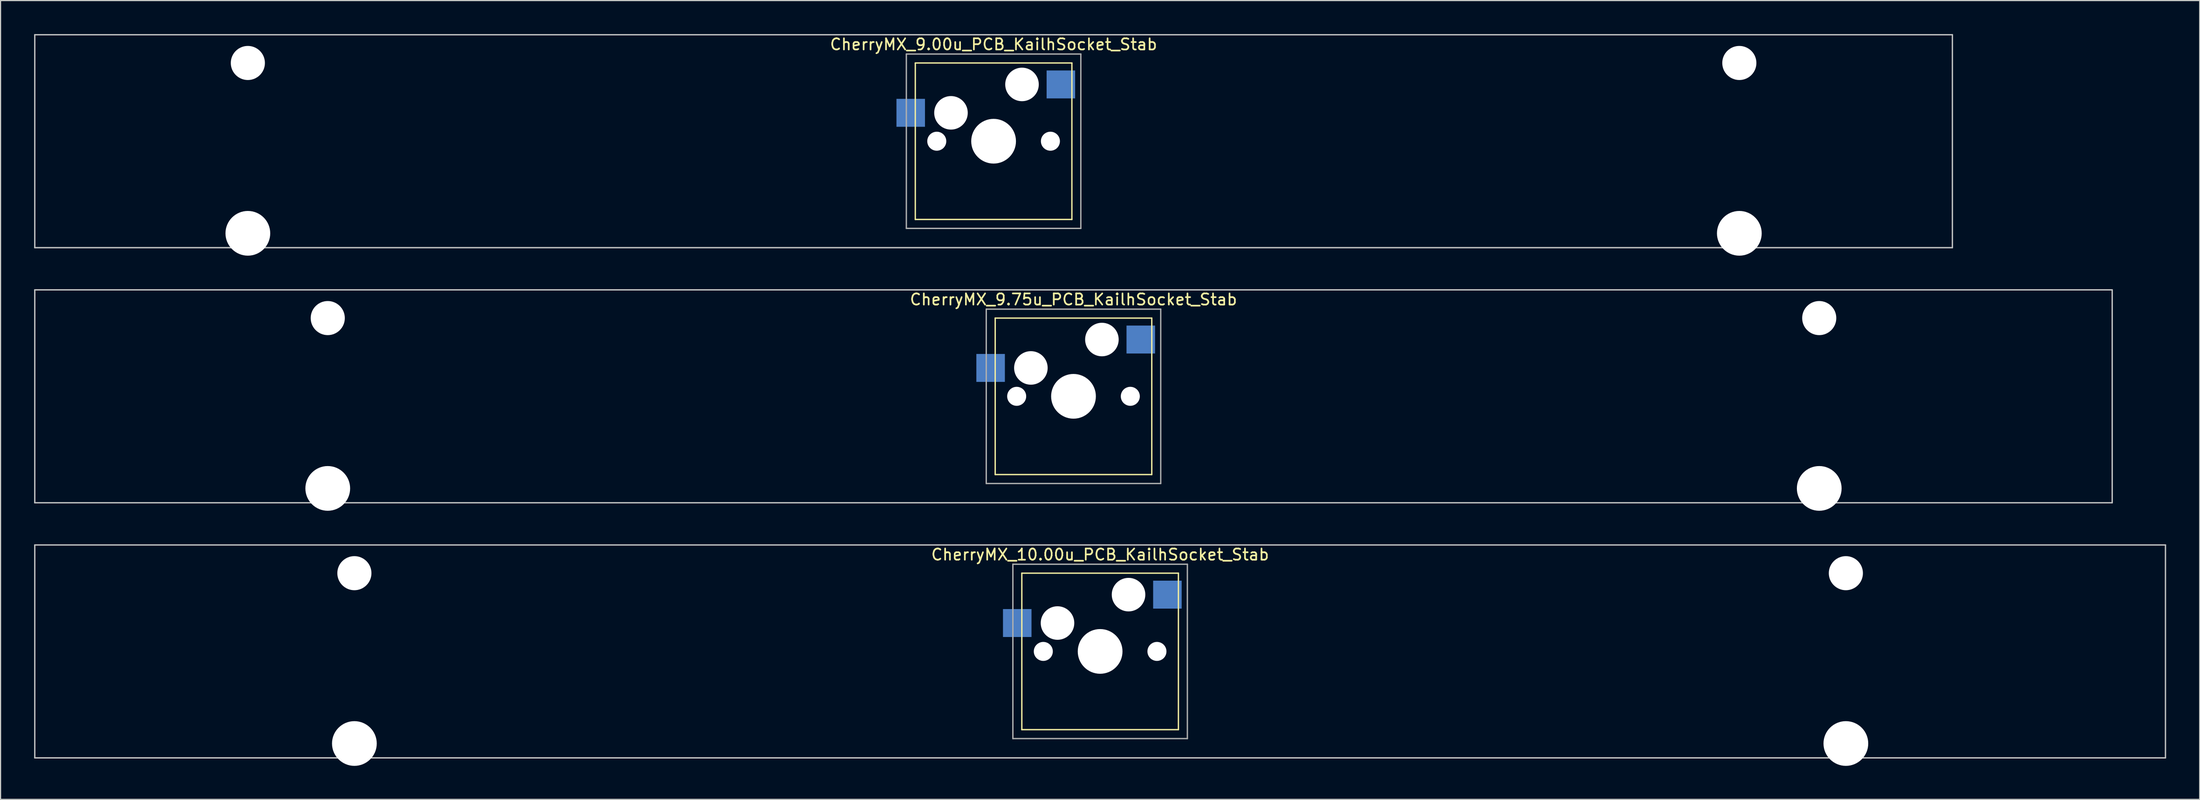
<source format=kicad_pcb>
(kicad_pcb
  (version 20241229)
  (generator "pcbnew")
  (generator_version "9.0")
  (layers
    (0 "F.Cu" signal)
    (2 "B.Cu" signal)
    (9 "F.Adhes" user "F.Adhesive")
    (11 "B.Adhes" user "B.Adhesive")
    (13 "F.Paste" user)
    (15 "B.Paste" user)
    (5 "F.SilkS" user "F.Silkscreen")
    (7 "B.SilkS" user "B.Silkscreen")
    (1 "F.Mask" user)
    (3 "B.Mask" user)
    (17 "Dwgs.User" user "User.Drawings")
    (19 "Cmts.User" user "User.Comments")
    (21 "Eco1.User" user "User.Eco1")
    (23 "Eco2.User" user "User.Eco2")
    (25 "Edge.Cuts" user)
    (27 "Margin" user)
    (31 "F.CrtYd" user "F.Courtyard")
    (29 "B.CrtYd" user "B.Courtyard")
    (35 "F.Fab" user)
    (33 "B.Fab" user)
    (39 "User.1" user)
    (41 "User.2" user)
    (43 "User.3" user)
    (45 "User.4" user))
  (footprint "CherryMX_10.00u_PCB_KailhSocket_Stab"
    (layer "F.Cu")
    (at 95.31 55.235)
    (property "Reference" "CherryMX_10.00u_PCB_KailhSocket_Stab" (at 0 -8.662 0) (layer "F.SilkS") (effects (font (size 1 1) (thickness 0.15))))
    (attr through_hole)
    (fp_line (start -7 -7) (end -7 7) (stroke (width 0.12) (type solid)) (layer "F.SilkS"))
    (fp_line (start -7 -7) (end 7 -7) (stroke (width 0.12) (type solid)) (layer "F.SilkS"))
    (fp_line (start 7 -7) (end 7 7) (stroke (width 0.12) (type solid)) (layer "F.SilkS"))
    (fp_line (start 7 7) (end -7 7) (stroke (width 0.12) (type solid)) (layer "F.SilkS"))
    (fp_line (start -95.25 -9.525) (end 95.25 -9.525) (stroke (width 0.12) (type solid)) (layer "Dwgs.User"))
    (fp_line (start -95.25 9.525) (end -95.25 -9.525) (stroke (width 0.12) (type solid)) (layer "Dwgs.User"))
    (fp_line (start 95.25 -9.525) (end 95.25 9.525) (stroke (width 0.12) (type solid)) (layer "Dwgs.User"))
    (fp_line (start 95.25 9.525) (end -95.25 9.525) (stroke (width 0.12) (type solid)) (layer "Dwgs.User"))
    (fp_line (start -7.8 -7.8) (end -7.8 7.8) (stroke (width 0.12) (type solid)) (layer "F.Fab"))
    (fp_line (start -7.8 -7.8) (end 7.8 -7.8) (stroke (width 0.12) (type solid)) (layer "F.Fab"))
    (fp_line (start -7.8 7.8) (end 7.8 7.8) (stroke (width 0.12) (type solid)) (layer "F.Fab"))
    (fp_line (start 7.8 -7.8) (end 7.8 7.8) (stroke (width 0.12) (type solid)) (layer "F.Fab"))
    (pad "" np_thru_hole circle (at -66.675 -7) (size 3.05 3.05) (drill 3.05) (layers "*.Cu" "*.Mask"))
    (pad "" np_thru_hole circle (at -66.675 8.24) (size 4 4) (drill 4) (layers "*.Cu" "*.Mask"))
    (pad "" np_thru_hole circle (at -5.08 0) (size 1.7 1.7) (drill 1.7) (layers "*.Cu" "*.Mask"))
    (pad "" np_thru_hole circle (at -3.81 -2.54) (size 3 3) (drill 3) (layers "*.Cu" "*.Mask"))
    (pad "" np_thru_hole circle (at 0 0) (size 4 4) (drill 4) (layers "*.Cu" "*.Mask"))
    (pad "" np_thru_hole circle (at 2.54 -5.08) (size 3 3) (drill 3) (layers "*.Cu" "*.Mask"))
    (pad "" np_thru_hole circle (at 5.08 0) (size 1.7 1.7) (drill 1.7) (layers "*.Cu" "*.Mask"))
    (pad "" np_thru_hole circle (at 66.675 -7) (size 3.05 3.05) (drill 3.05) (layers "*.Cu" "*.Mask"))
    (pad "" np_thru_hole circle (at 66.675 8.24) (size 4 4) (drill 4) (layers "*.Cu" "*.Mask"))
    (pad "1" smd rect (at -7.41 -2.54) (size 2.55 2.5) (layers "B.Cu" "B.Mask" "B.Paste"))
    (pad "2" smd rect (at 6.015 -5.08) (size 2.55 2.5) (layers "B.Cu" "B.Mask" "B.Paste")))
  (footprint "CherryMX_9.75u_PCB_KailhSocket_Stab"
    (layer "F.Cu")
    (at 92.929 32.41)
    (property "Reference" "CherryMX_9.75u_PCB_KailhSocket_Stab" (at 0 -8.662 0) (layer "F.SilkS") (effects (font (size 1 1) (thickness 0.15))))
    (attr through_hole)
    (fp_line (start -7 -7) (end -7 7) (stroke (width 0.12) (type solid)) (layer "F.SilkS"))
    (fp_line (start -7 -7) (end 7 -7) (stroke (width 0.12) (type solid)) (layer "F.SilkS"))
    (fp_line (start 7 -7) (end 7 7) (stroke (width 0.12) (type solid)) (layer "F.SilkS"))
    (fp_line (start 7 7) (end -7 7) (stroke (width 0.12) (type solid)) (layer "F.SilkS"))
    (fp_line (start -92.869 -9.525) (end 92.869 -9.525) (stroke (width 0.12) (type solid)) (layer "Dwgs.User"))
    (fp_line (start -92.869 9.525) (end -92.869 -9.525) (stroke (width 0.12) (type solid)) (layer "Dwgs.User"))
    (fp_line (start 92.869 -9.525) (end 92.869 9.525) (stroke (width 0.12) (type solid)) (layer "Dwgs.User"))
    (fp_line (start 92.869 9.525) (end -92.869 9.525) (stroke (width 0.12) (type solid)) (layer "Dwgs.User"))
    (fp_line (start -7.8 -7.8) (end -7.8 7.8) (stroke (width 0.12) (type solid)) (layer "F.Fab"))
    (fp_line (start -7.8 -7.8) (end 7.8 -7.8) (stroke (width 0.12) (type solid)) (layer "F.Fab"))
    (fp_line (start -7.8 7.8) (end 7.8 7.8) (stroke (width 0.12) (type solid)) (layer "F.Fab"))
    (fp_line (start 7.8 -7.8) (end 7.8 7.8) (stroke (width 0.12) (type solid)) (layer "F.Fab"))
    (pad "" np_thru_hole circle (at -66.675 -7) (size 3.05 3.05) (drill 3.05) (layers "*.Cu" "*.Mask"))
    (pad "" np_thru_hole circle (at -66.675 8.24) (size 4 4) (drill 4) (layers "*.Cu" "*.Mask"))
    (pad "" np_thru_hole circle (at -5.08 0) (size 1.7 1.7) (drill 1.7) (layers "*.Cu" "*.Mask"))
    (pad "" np_thru_hole circle (at -3.81 -2.54) (size 3 3) (drill 3) (layers "*.Cu" "*.Mask"))
    (pad "" np_thru_hole circle (at 0 0) (size 4 4) (drill 4) (layers "*.Cu" "*.Mask"))
    (pad "" np_thru_hole circle (at 2.54 -5.08) (size 3 3) (drill 3) (layers "*.Cu" "*.Mask"))
    (pad "" np_thru_hole circle (at 5.08 0) (size 1.7 1.7) (drill 1.7) (layers "*.Cu" "*.Mask"))
    (pad "" np_thru_hole circle (at 66.675 -7) (size 3.05 3.05) (drill 3.05) (layers "*.Cu" "*.Mask"))
    (pad "" np_thru_hole circle (at 66.675 8.24) (size 4 4) (drill 4) (layers "*.Cu" "*.Mask"))
    (pad "1" smd rect (at -7.41 -2.54) (size 2.55 2.5) (layers "B.Cu" "B.Mask" "B.Paste"))
    (pad "2" smd rect (at 6.015 -5.08) (size 2.55 2.5) (layers "B.Cu" "B.Mask" "B.Paste")))
  (footprint "CherryMX_9.00u_PCB_KailhSocket_Stab"
    (layer "F.Cu")
    (at 85.785 9.585)
    (property "Reference" "CherryMX_9.00u_PCB_KailhSocket_Stab" (at 0 -8.662 0) (layer "F.SilkS") (effects (font (size 1 1) (thickness 0.15))))
    (attr through_hole)
    (fp_line (start -7 -7) (end -7 7) (stroke (width 0.12) (type solid)) (layer "F.SilkS"))
    (fp_line (start -7 -7) (end 7 -7) (stroke (width 0.12) (type solid)) (layer "F.SilkS"))
    (fp_line (start 7 -7) (end 7 7) (stroke (width 0.12) (type solid)) (layer "F.SilkS"))
    (fp_line (start 7 7) (end -7 7) (stroke (width 0.12) (type solid)) (layer "F.SilkS"))
    (fp_line (start -85.725 -9.525) (end 85.725 -9.525) (stroke (width 0.12) (type solid)) (layer "Dwgs.User"))
    (fp_line (start -85.725 9.525) (end -85.725 -9.525) (stroke (width 0.12) (type solid)) (layer "Dwgs.User"))
    (fp_line (start 85.725 -9.525) (end 85.725 9.525) (stroke (width 0.12) (type solid)) (layer "Dwgs.User"))
    (fp_line (start 85.725 9.525) (end -85.725 9.525) (stroke (width 0.12) (type solid)) (layer "Dwgs.User"))
    (fp_line (start -7.8 -7.8) (end -7.8 7.8) (stroke (width 0.12) (type solid)) (layer "F.Fab"))
    (fp_line (start -7.8 -7.8) (end 7.8 -7.8) (stroke (width 0.12) (type solid)) (layer "F.Fab"))
    (fp_line (start -7.8 7.8) (end 7.8 7.8) (stroke (width 0.12) (type solid)) (layer "F.Fab"))
    (fp_line (start 7.8 -7.8) (end 7.8 7.8) (stroke (width 0.12) (type solid)) (layer "F.Fab"))
    (pad "" np_thru_hole circle (at -66.675 -7) (size 3.05 3.05) (drill 3.05) (layers "*.Cu" "*.Mask"))
    (pad "" np_thru_hole circle (at -66.675 8.24) (size 4 4) (drill 4) (layers "*.Cu" "*.Mask"))
    (pad "" np_thru_hole circle (at -5.08 0) (size 1.7 1.7) (drill 1.7) (layers "*.Cu" "*.Mask"))
    (pad "" np_thru_hole circle (at -3.81 -2.54) (size 3 3) (drill 3) (layers "*.Cu" "*.Mask"))
    (pad "" np_thru_hole circle (at 0 0) (size 4 4) (drill 4) (layers "*.Cu" "*.Mask"))
    (pad "" np_thru_hole circle (at 2.54 -5.08) (size 3 3) (drill 3) (layers "*.Cu" "*.Mask"))
    (pad "" np_thru_hole circle (at 5.08 0) (size 1.7 1.7) (drill 1.7) (layers "*.Cu" "*.Mask"))
    (pad "" np_thru_hole circle (at 66.675 -7) (size 3.05 3.05) (drill 3.05) (layers "*.Cu" "*.Mask"))
    (pad "" np_thru_hole circle (at 66.675 8.24) (size 4 4) (drill 4) (layers "*.Cu" "*.Mask"))
    (pad "1" smd rect (at -7.41 -2.54) (size 2.55 2.5) (layers "B.Cu" "B.Mask" "B.Paste"))
    (pad "2" smd rect (at 6.015 -5.08) (size 2.55 2.5) (layers "B.Cu" "B.Mask" "B.Paste")))
  (gr_rect
    (start -3 -3)
    (end 193.62 68.475)
    (stroke (width 0.1) (type default))
    (fill no)
    (layer "Edge.Cuts")))
</source>
